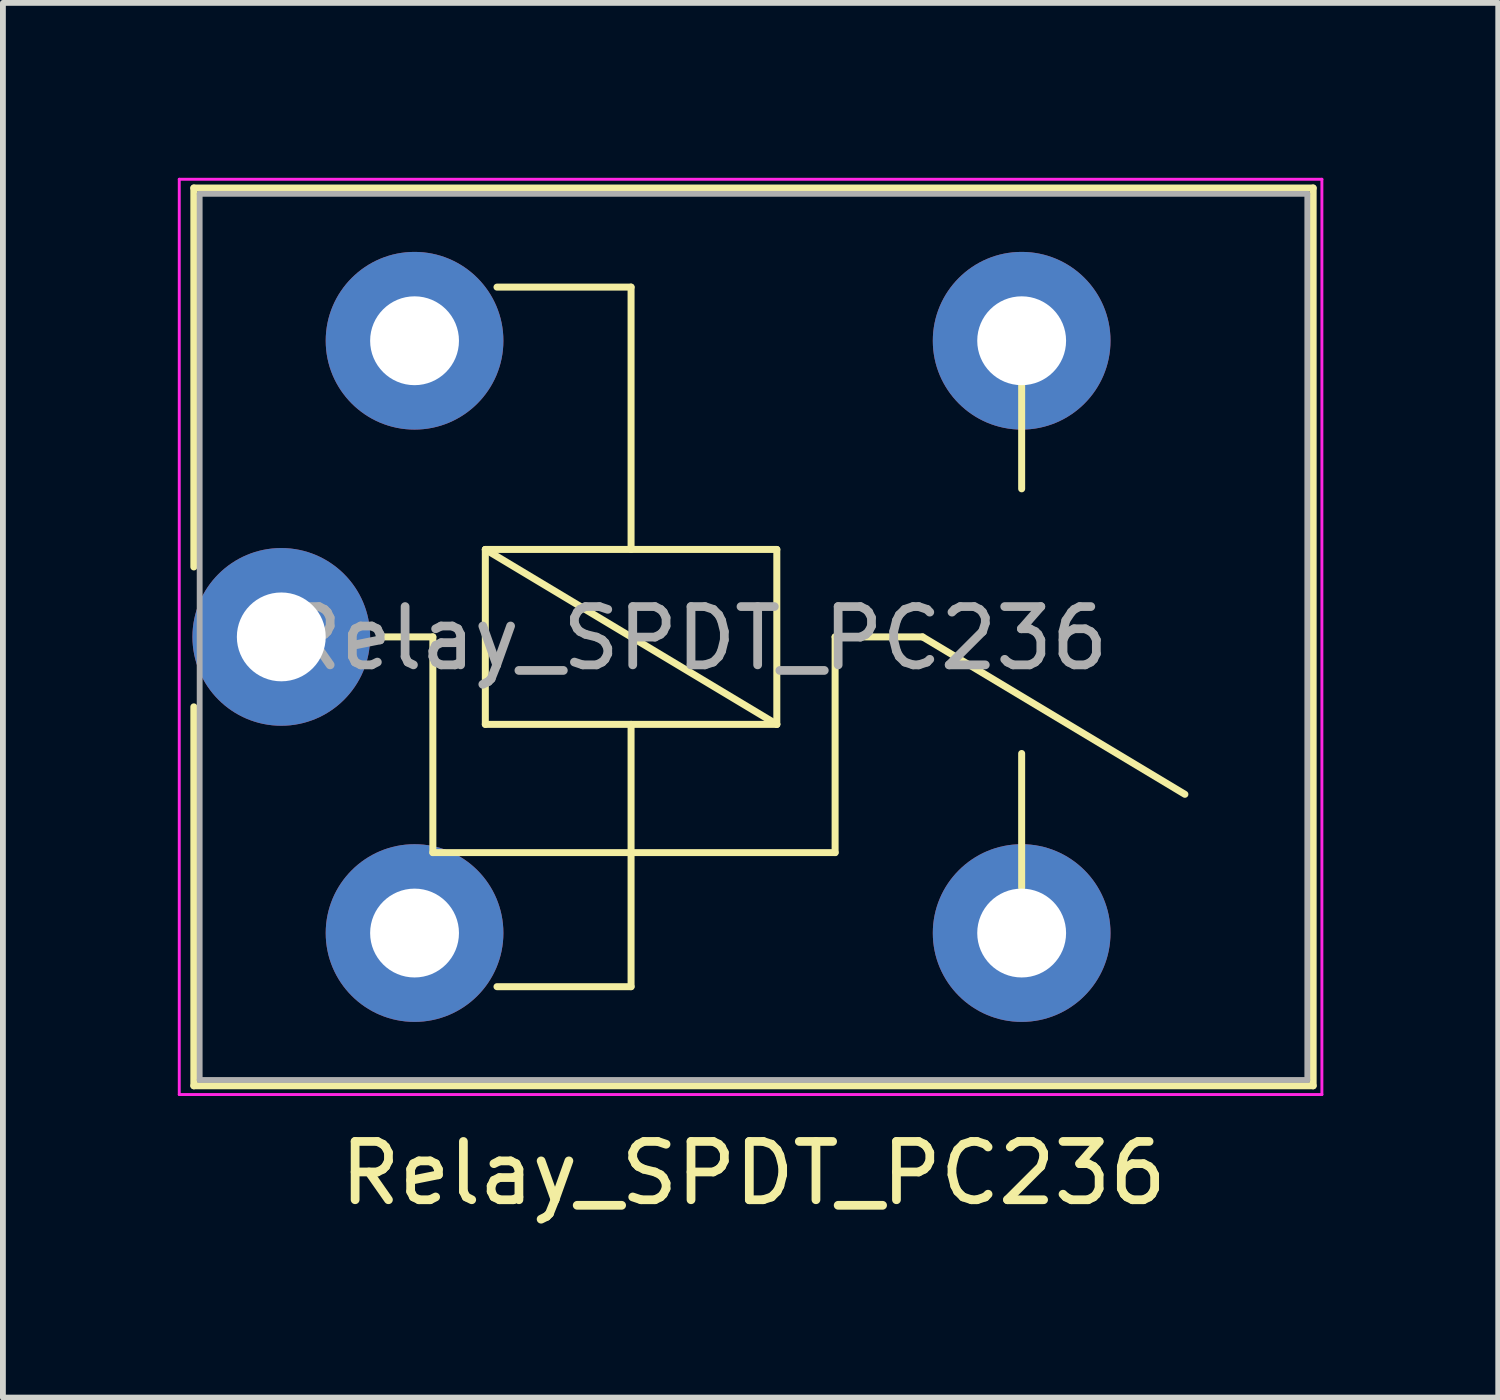
<source format=kicad_pcb>
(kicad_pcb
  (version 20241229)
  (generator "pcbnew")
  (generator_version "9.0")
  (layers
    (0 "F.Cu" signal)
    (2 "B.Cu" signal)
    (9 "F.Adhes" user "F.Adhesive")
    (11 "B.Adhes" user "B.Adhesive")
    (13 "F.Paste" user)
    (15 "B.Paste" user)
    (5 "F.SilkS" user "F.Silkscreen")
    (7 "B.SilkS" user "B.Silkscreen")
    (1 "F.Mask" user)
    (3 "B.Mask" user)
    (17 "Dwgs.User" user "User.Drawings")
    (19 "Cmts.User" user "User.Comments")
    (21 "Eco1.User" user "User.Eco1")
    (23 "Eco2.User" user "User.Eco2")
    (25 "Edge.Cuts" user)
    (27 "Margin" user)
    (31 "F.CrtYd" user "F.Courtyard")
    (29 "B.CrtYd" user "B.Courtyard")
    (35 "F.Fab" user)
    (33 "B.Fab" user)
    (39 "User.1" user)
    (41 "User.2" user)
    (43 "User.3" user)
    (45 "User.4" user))
  (footprint "Relay_SPDT_PC236"
    (layer "F.Cu")
    (at 1.775 7.875)
    (property "Reference" "Relay_SPDT_PC236" (at 8.1 9.2 0) (layer "F.SilkS") (effects (font (size 1 1) (thickness 0.15))))
    (attr through_hole)
    (fp_line (start -1.5 -7.7) (end -1.5 -1.2) (stroke (width 0.12) (type solid)) (layer "F.SilkS"))
    (fp_line (start -1.5 -7.7) (end 17.7 -7.7) (stroke (width 0.12) (type solid)) (layer "F.SilkS"))
    (fp_line (start -1.5 1.2) (end -1.5 7.7) (stroke (width 0.12) (type solid)) (layer "F.SilkS"))
    (fp_line (start 2.6 0) (end 1.7 0) (stroke (width 0.12) (type solid)) (layer "F.SilkS"))
    (fp_line (start 2.6 0) (end 2.6 3.7) (stroke (width 0.12) (type solid)) (layer "F.SilkS"))
    (fp_line (start 3.5 -1.5) (end 8.5 -1.5) (stroke (width 0.12) (type solid)) (layer "F.SilkS"))
    (fp_line (start 3.5 1.5) (end 3.5 -1.5) (stroke (width 0.12) (type solid)) (layer "F.SilkS"))
    (fp_line (start 3.7 6) (end 6 6) (stroke (width 0.12) (type solid)) (layer "F.SilkS"))
    (fp_line (start 6 -6) (end 3.7 -6) (stroke (width 0.12) (type solid)) (layer "F.SilkS"))
    (fp_line (start 6 -6) (end 6 -1.5) (stroke (width 0.12) (type solid)) (layer "F.SilkS"))
    (fp_line (start 6 1.5) (end 6 6) (stroke (width 0.12) (type solid)) (layer "F.SilkS"))
    (fp_line (start 8.5 -1.5) (end 8.5 1.5) (stroke (width 0.12) (type solid)) (layer "F.SilkS"))
    (fp_line (start 8.5 1.5) (end 3.5 -1.5) (stroke (width 0.12) (type solid)) (layer "F.SilkS"))
    (fp_line (start 8.5 1.5) (end 3.5 1.5) (stroke (width 0.12) (type solid)) (layer "F.SilkS"))
    (fp_line (start 9.5 0) (end 9.5 3.7) (stroke (width 0.12) (type solid)) (layer "F.SilkS"))
    (fp_line (start 9.5 0) (end 11 0) (stroke (width 0.12) (type solid)) (layer "F.SilkS"))
    (fp_line (start 9.5 3.7) (end 2.6 3.7) (stroke (width 0.12) (type solid)) (layer "F.SilkS"))
    (fp_line (start 11 0) (end 15.5 2.7) (stroke (width 0.12) (type solid)) (layer "F.SilkS"))
    (fp_line (start 12.7 -4.84) (end 12.7 -2.54) (stroke (width 0.12) (type solid)) (layer "F.SilkS"))
    (fp_line (start 12.7 4.3) (end 12.7 2) (stroke (width 0.12) (type solid)) (layer "F.SilkS"))
    (fp_line (start 17.7 -7.7) (end 17.7 7.7) (stroke (width 0.12) (type solid)) (layer "F.SilkS"))
    (fp_line (start 17.7 7.7) (end -1.5 7.7) (stroke (width 0.12) (type solid)) (layer "F.SilkS"))
    (fp_line (start -1.75 7.85) (end -1.75 -7.85) (stroke (width 0.05) (type solid)) (layer "F.CrtYd"))
    (fp_line (start -1.75 7.85) (end 17.85 7.85) (stroke (width 0.05) (type solid)) (layer "F.CrtYd"))
    (fp_line (start 17.85 -7.85) (end -1.75 -7.85) (stroke (width 0.05) (type solid)) (layer "F.CrtYd"))
    (fp_line (start 17.85 -7.85) (end 17.85 7.85) (stroke (width 0.05) (type solid)) (layer "F.CrtYd"))
    (fp_line (start -1.4 -7.6) (end 17.6 -7.6) (stroke (width 0.1) (type solid)) (layer "F.Fab"))
    (fp_line (start -1.4 7.6) (end -1.4 -7.6) (stroke (width 0.1) (type solid)) (layer "F.Fab"))
    (fp_line (start 17.6 -7.6) (end 17.6 7.6) (stroke (width 0.1) (type solid)) (layer "F.Fab"))
    (fp_line (start 17.6 7.6) (end -1.4 7.6) (stroke (width 0.1) (type solid)) (layer "F.Fab"))
    (fp_text user "${REFERENCE}" (at 7.1 0.025 0) (layer "F.Fab") (effects (font (size 1 1) (thickness 0.15))))
    (pad "11" thru_hole circle (at 0 0) (size 3.048 3.048) (drill 1.524) (layers "*.Cu" "*.Mask"))
    (pad "12" thru_hole circle (at 12.7 -5.08) (size 3.048 3.048) (drill 1.524) (layers "*.Cu" "*.Mask"))
    (pad "14" thru_hole circle (at 12.7 5.08) (size 3.048 3.048) (drill 1.524) (layers "*.Cu" "*.Mask"))
    (pad "A1" thru_hole circle (at 2.286 5.08 90) (size 3.048 3.048) (drill 1.524) (layers "*.Cu" "*.Mask"))
    (pad "A2" thru_hole circle (at 2.286 -5.08) (size 3.048 3.048) (drill 1.524) (layers "*.Cu" "*.Mask")))
  (gr_rect
    (start -3 -3)
    (end 22.65 20.923)
    (stroke (width 0.1) (type default))
    (fill no)
    (layer "Edge.Cuts")))
</source>
